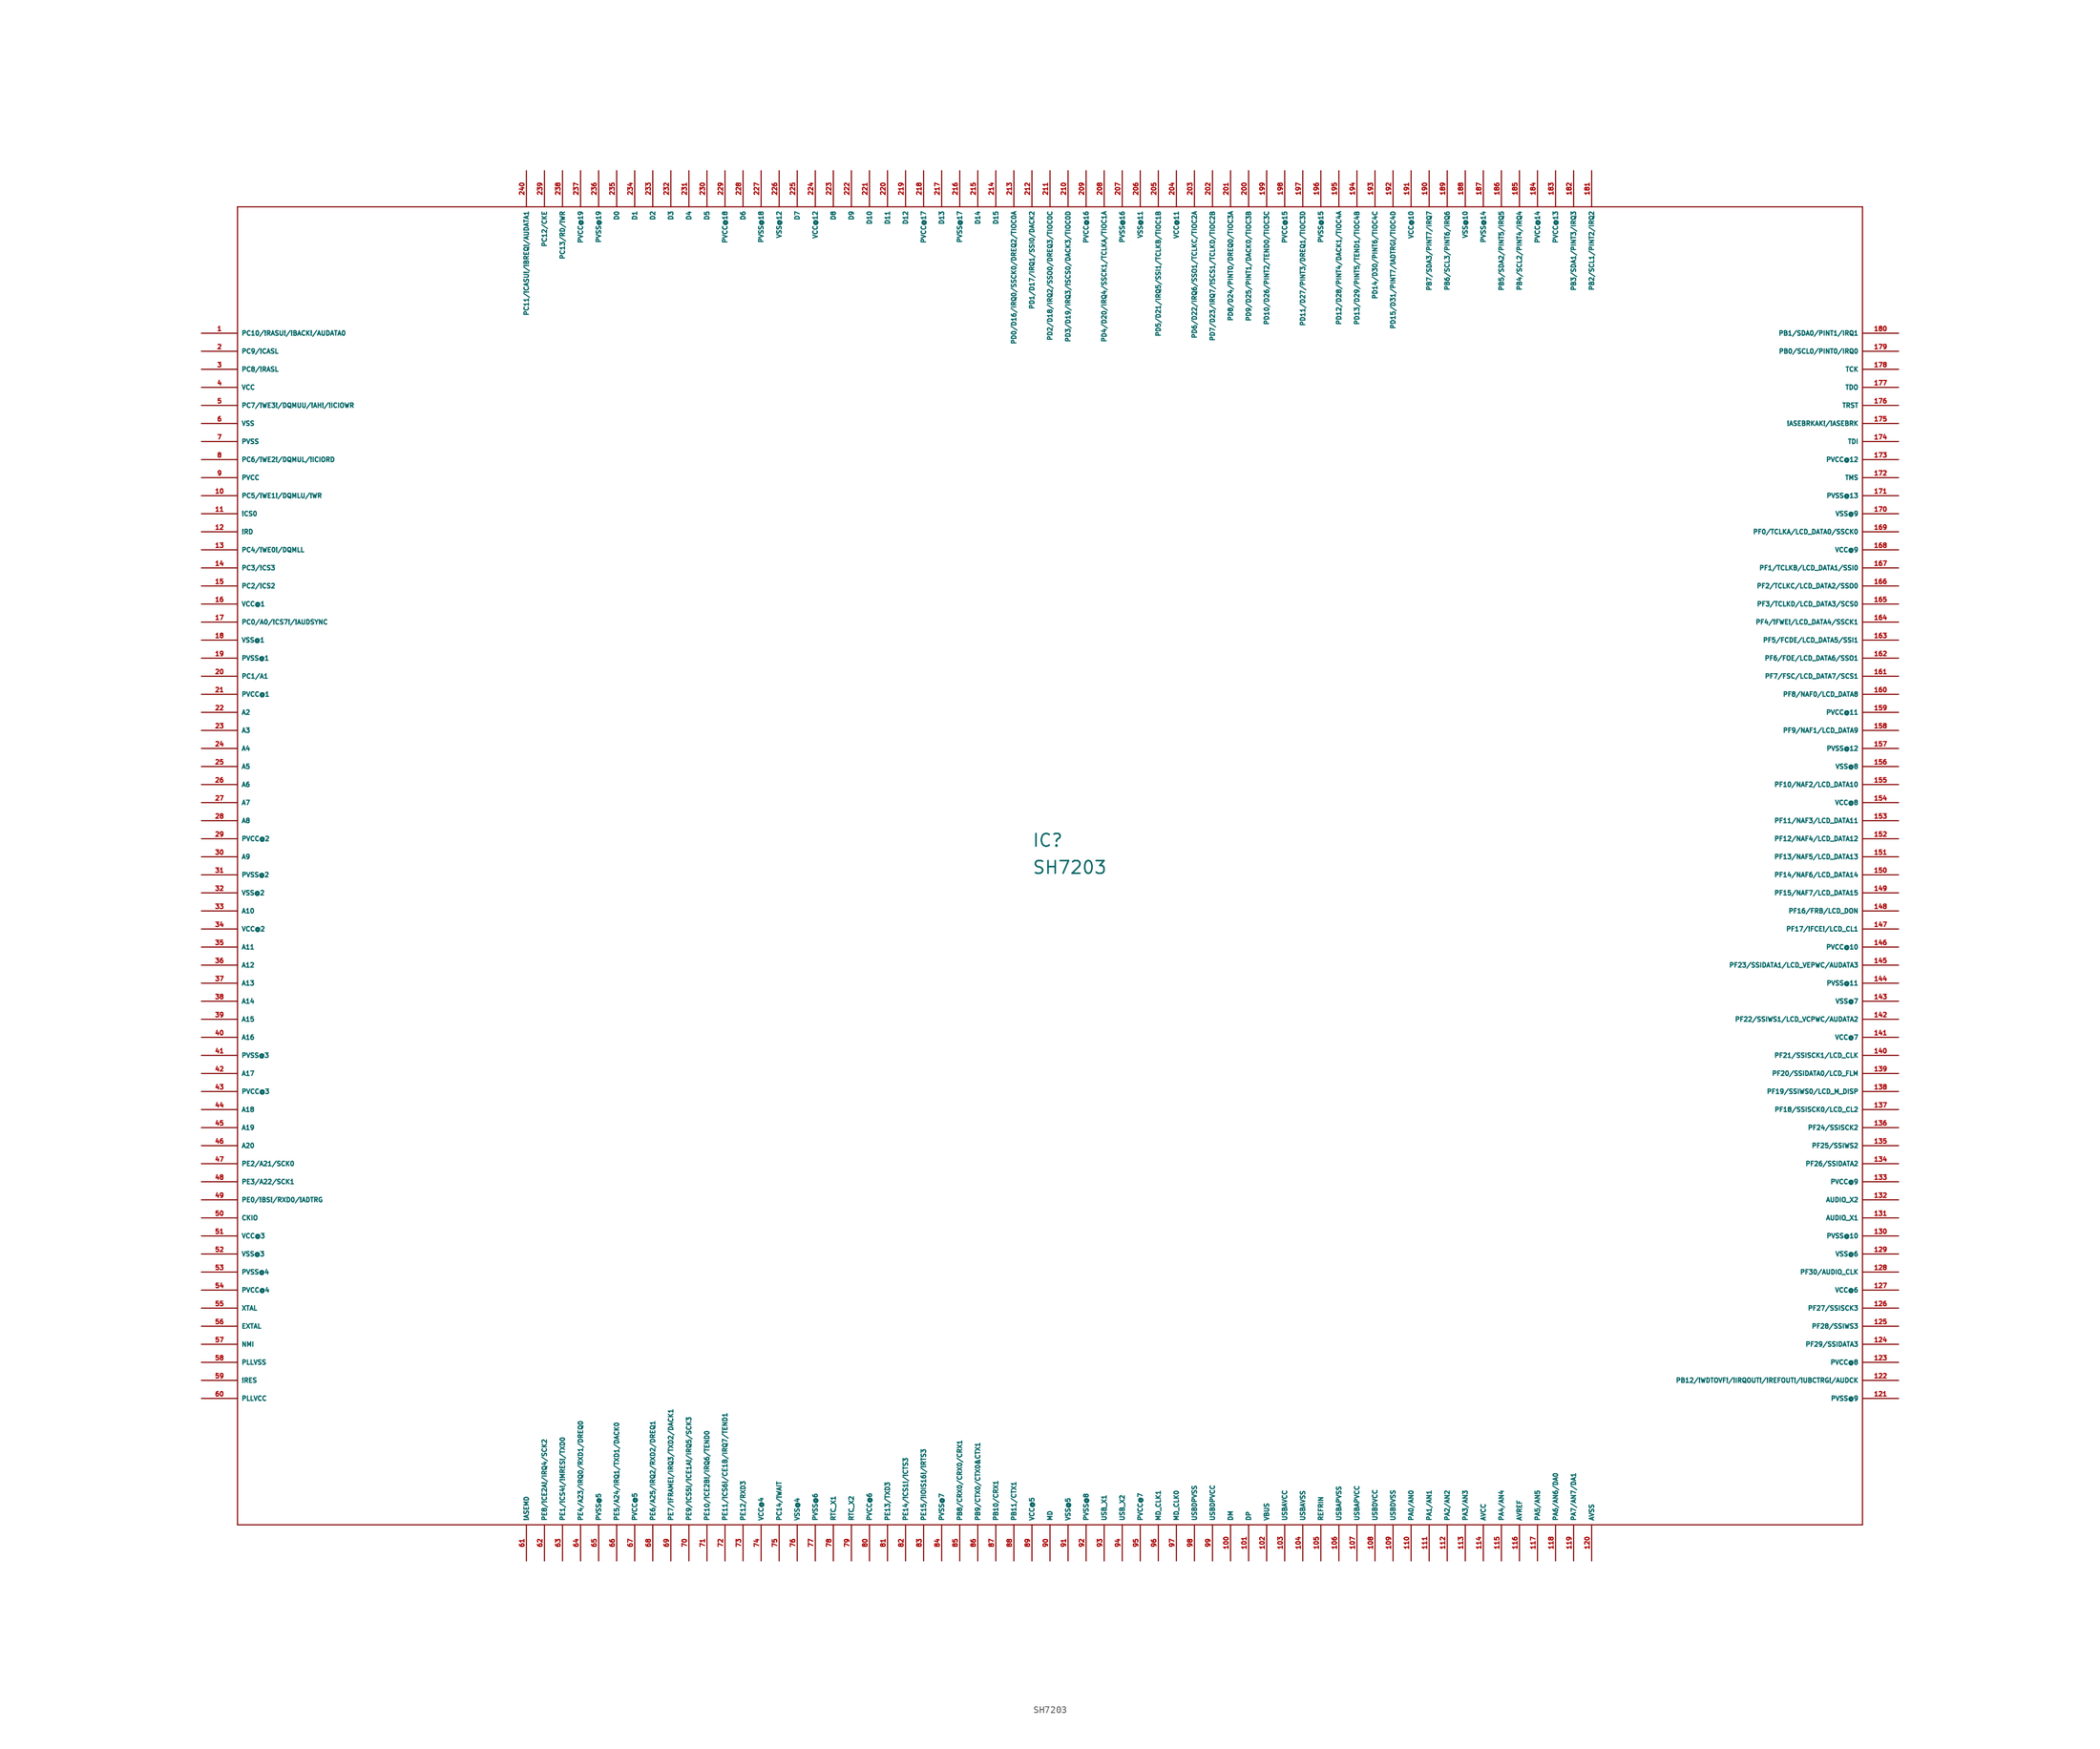
<source format=kicad_sym>
(kicad_symbol_lib
  (version 20220914)
  (generator Eagle2Kicad)
  (symbol "SH7203"
    (property "Reference" "IC"
      (at -5.08 1.27 0)
      (effects (font (size 1.778 1.778) (thickness 0.22)) (justify left bottom)))
    (property "Value" "SH7203"
      (at -5.08 -2.54 0)
      (effects (font (size 1.778 1.778) (thickness 0.22)) (justify left bottom)))
    (polyline
      (pts (xy -116.84 -93.98) (xy 111.76 -93.98))
      (stroke (width 0) (type default))
      (fill (type none)))
    (polyline
      (pts (xy 111.76 -93.98) (xy 111.76 91.44))
      (stroke (width 0) (type default))
      (fill (type none)))
    (polyline
      (pts (xy 111.76 91.44) (xy -116.84 91.44))
      (stroke (width 0) (type default))
      (fill (type none)))
    (polyline
      (pts (xy -116.84 91.44) (xy -116.84 -93.98))
      (stroke (width 0) (type default))
      (fill (type none)))
    (pin bidirectional line
      (at -121.92 73.66 0)
      (length 5.08)
      (name "PC10/!RASU!/!BACK!/AUDATA0" (effects (font (size 0.635 0.635) (thickness 0.08)) (justify left bottom)))
      (number "1" (effects (font (size 0.635 0.635) (thickness 0.08)) (justify left bottom))))
    (pin bidirectional line
      (at -121.92 71.12 0)
      (length 5.08)
      (name "PC9/!CASL" (effects (font (size 0.635 0.635) (thickness 0.08)) (justify left bottom)))
      (number "2" (effects (font (size 0.635 0.635) (thickness 0.08)) (justify left bottom))))
    (pin bidirectional line
      (at -121.92 68.58 0)
      (length 5.08)
      (name "PC8/!RASL" (effects (font (size 0.635 0.635) (thickness 0.08)) (justify left bottom)))
      (number "3" (effects (font (size 0.635 0.635) (thickness 0.08)) (justify left bottom))))
    (pin unspecified line
      (at -121.92 66.04 0)
      (length 5.08)
      (name "VCC" (effects (font (size 0.635 0.635) (thickness 0.08)) (justify left bottom)))
      (number "4" (effects (font (size 0.635 0.635) (thickness 0.08)) (justify left bottom))))
    (pin bidirectional line
      (at -121.92 63.5 0)
      (length 5.08)
      (name "PC7/!WE3!/DQMUU/!AH!/!ICIOWR" (effects (font (size 0.635 0.635) (thickness 0.08)) (justify left bottom)))
      (number "5" (effects (font (size 0.635 0.635) (thickness 0.08)) (justify left bottom))))
    (pin unspecified line
      (at -121.92 60.96 0)
      (length 5.08)
      (name "VSS" (effects (font (size 0.635 0.635) (thickness 0.08)) (justify left bottom)))
      (number "6" (effects (font (size 0.635 0.635) (thickness 0.08)) (justify left bottom))))
    (pin unspecified line
      (at -121.92 58.42 0)
      (length 5.08)
      (name "PVSS" (effects (font (size 0.635 0.635) (thickness 0.08)) (justify left bottom)))
      (number "7" (effects (font (size 0.635 0.635) (thickness 0.08)) (justify left bottom))))
    (pin bidirectional line
      (at -121.92 55.88 0)
      (length 5.08)
      (name "PC6/!WE2!/DQMUL/!ICIORD" (effects (font (size 0.635 0.635) (thickness 0.08)) (justify left bottom)))
      (number "8" (effects (font (size 0.635 0.635) (thickness 0.08)) (justify left bottom))))
    (pin unspecified line
      (at -121.92 53.34 0)
      (length 5.08)
      (name "PVCC" (effects (font (size 0.635 0.635) (thickness 0.08)) (justify left bottom)))
      (number "9" (effects (font (size 0.635 0.635) (thickness 0.08)) (justify left bottom))))
    (pin bidirectional line
      (at -121.92 50.8 0)
      (length 5.08)
      (name "PC5/!WE1!/DQMLU/!WR" (effects (font (size 0.635 0.635) (thickness 0.08)) (justify left bottom)))
      (number "10" (effects (font (size 0.635 0.635) (thickness 0.08)) (justify left bottom))))
    (pin output line
      (at -121.92 48.26 0)
      (length 5.08)
      (name "!CS0" (effects (font (size 0.635 0.635) (thickness 0.08)) (justify left bottom)))
      (number "11" (effects (font (size 0.635 0.635) (thickness 0.08)) (justify left bottom))))
    (pin output line
      (at -121.92 45.72 0)
      (length 5.08)
      (name "!RD" (effects (font (size 0.635 0.635) (thickness 0.08)) (justify left bottom)))
      (number "12" (effects (font (size 0.635 0.635) (thickness 0.08)) (justify left bottom))))
    (pin bidirectional line
      (at -121.92 43.18 0)
      (length 5.08)
      (name "PC4/!WE0!/DQMLL" (effects (font (size 0.635 0.635) (thickness 0.08)) (justify left bottom)))
      (number "13" (effects (font (size 0.635 0.635) (thickness 0.08)) (justify left bottom))))
    (pin bidirectional line
      (at -121.92 40.64 0)
      (length 5.08)
      (name "PC3/!CS3" (effects (font (size 0.635 0.635) (thickness 0.08)) (justify left bottom)))
      (number "14" (effects (font (size 0.635 0.635) (thickness 0.08)) (justify left bottom))))
    (pin bidirectional line
      (at -121.92 38.1 0)
      (length 5.08)
      (name "PC2/!CS2" (effects (font (size 0.635 0.635) (thickness 0.08)) (justify left bottom)))
      (number "15" (effects (font (size 0.635 0.635) (thickness 0.08)) (justify left bottom))))
    (pin unspecified line
      (at -121.92 35.56 0)
      (length 5.08)
      (name "VCC@1" (effects (font (size 0.635 0.635) (thickness 0.08)) (justify left bottom)))
      (number "16" (effects (font (size 0.635 0.635) (thickness 0.08)) (justify left bottom))))
    (pin bidirectional line
      (at -121.92 33.02 0)
      (length 5.08)
      (name "PC0/A0/!CS7!/!AUDSYNC" (effects (font (size 0.635 0.635) (thickness 0.08)) (justify left bottom)))
      (number "17" (effects (font (size 0.635 0.635) (thickness 0.08)) (justify left bottom))))
    (pin unspecified line
      (at -121.92 30.48 0)
      (length 5.08)
      (name "VSS@1" (effects (font (size 0.635 0.635) (thickness 0.08)) (justify left bottom)))
      (number "18" (effects (font (size 0.635 0.635) (thickness 0.08)) (justify left bottom))))
    (pin unspecified line
      (at -121.92 27.94 0)
      (length 5.08)
      (name "PVSS@1" (effects (font (size 0.635 0.635) (thickness 0.08)) (justify left bottom)))
      (number "19" (effects (font (size 0.635 0.635) (thickness 0.08)) (justify left bottom))))
    (pin bidirectional line
      (at -121.92 25.4 0)
      (length 5.08)
      (name "PC1/A1" (effects (font (size 0.635 0.635) (thickness 0.08)) (justify left bottom)))
      (number "20" (effects (font (size 0.635 0.635) (thickness 0.08)) (justify left bottom))))
    (pin unspecified line
      (at -121.92 22.86 0)
      (length 5.08)
      (name "PVCC@1" (effects (font (size 0.635 0.635) (thickness 0.08)) (justify left bottom)))
      (number "21" (effects (font (size 0.635 0.635) (thickness 0.08)) (justify left bottom))))
    (pin output line
      (at -121.92 20.32 0)
      (length 5.08)
      (name "A2" (effects (font (size 0.635 0.635) (thickness 0.08)) (justify left bottom)))
      (number "22" (effects (font (size 0.635 0.635) (thickness 0.08)) (justify left bottom))))
    (pin output line
      (at -121.92 17.78 0)
      (length 5.08)
      (name "A3" (effects (font (size 0.635 0.635) (thickness 0.08)) (justify left bottom)))
      (number "23" (effects (font (size 0.635 0.635) (thickness 0.08)) (justify left bottom))))
    (pin output line
      (at -121.92 15.24 0)
      (length 5.08)
      (name "A4" (effects (font (size 0.635 0.635) (thickness 0.08)) (justify left bottom)))
      (number "24" (effects (font (size 0.635 0.635) (thickness 0.08)) (justify left bottom))))
    (pin output line
      (at -121.92 12.7 0)
      (length 5.08)
      (name "A5" (effects (font (size 0.635 0.635) (thickness 0.08)) (justify left bottom)))
      (number "25" (effects (font (size 0.635 0.635) (thickness 0.08)) (justify left bottom))))
    (pin output line
      (at -121.92 10.16 0)
      (length 5.08)
      (name "A6" (effects (font (size 0.635 0.635) (thickness 0.08)) (justify left bottom)))
      (number "26" (effects (font (size 0.635 0.635) (thickness 0.08)) (justify left bottom))))
    (pin output line
      (at -121.92 7.62 0)
      (length 5.08)
      (name "A7" (effects (font (size 0.635 0.635) (thickness 0.08)) (justify left bottom)))
      (number "27" (effects (font (size 0.635 0.635) (thickness 0.08)) (justify left bottom))))
    (pin output line
      (at -121.92 5.08 0)
      (length 5.08)
      (name "A8" (effects (font (size 0.635 0.635) (thickness 0.08)) (justify left bottom)))
      (number "28" (effects (font (size 0.635 0.635) (thickness 0.08)) (justify left bottom))))
    (pin unspecified line
      (at -121.92 2.54 0)
      (length 5.08)
      (name "PVCC@2" (effects (font (size 0.635 0.635) (thickness 0.08)) (justify left bottom)))
      (number "29" (effects (font (size 0.635 0.635) (thickness 0.08)) (justify left bottom))))
    (pin output line
      (at -121.92 0 0)
      (length 5.08)
      (name "A9" (effects (font (size 0.635 0.635) (thickness 0.08)) (justify left bottom)))
      (number "30" (effects (font (size 0.635 0.635) (thickness 0.08)) (justify left bottom))))
    (pin unspecified line
      (at -121.92 -2.54 0)
      (length 5.08)
      (name "PVSS@2" (effects (font (size 0.635 0.635) (thickness 0.08)) (justify left bottom)))
      (number "31" (effects (font (size 0.635 0.635) (thickness 0.08)) (justify left bottom))))
    (pin unspecified line
      (at -121.92 -5.08 0)
      (length 5.08)
      (name "VSS@2" (effects (font (size 0.635 0.635) (thickness 0.08)) (justify left bottom)))
      (number "32" (effects (font (size 0.635 0.635) (thickness 0.08)) (justify left bottom))))
    (pin output line
      (at -121.92 -7.62 0)
      (length 5.08)
      (name "A10" (effects (font (size 0.635 0.635) (thickness 0.08)) (justify left bottom)))
      (number "33" (effects (font (size 0.635 0.635) (thickness 0.08)) (justify left bottom))))
    (pin unspecified line
      (at -121.92 -10.16 0)
      (length 5.08)
      (name "VCC@2" (effects (font (size 0.635 0.635) (thickness 0.08)) (justify left bottom)))
      (number "34" (effects (font (size 0.635 0.635) (thickness 0.08)) (justify left bottom))))
    (pin output line
      (at -121.92 -12.7 0)
      (length 5.08)
      (name "A11" (effects (font (size 0.635 0.635) (thickness 0.08)) (justify left bottom)))
      (number "35" (effects (font (size 0.635 0.635) (thickness 0.08)) (justify left bottom))))
    (pin output line
      (at -121.92 -15.24 0)
      (length 5.08)
      (name "A12" (effects (font (size 0.635 0.635) (thickness 0.08)) (justify left bottom)))
      (number "36" (effects (font (size 0.635 0.635) (thickness 0.08)) (justify left bottom))))
    (pin output line
      (at -121.92 -17.78 0)
      (length 5.08)
      (name "A13" (effects (font (size 0.635 0.635) (thickness 0.08)) (justify left bottom)))
      (number "37" (effects (font (size 0.635 0.635) (thickness 0.08)) (justify left bottom))))
    (pin output line
      (at -121.92 -20.32 0)
      (length 5.08)
      (name "A14" (effects (font (size 0.635 0.635) (thickness 0.08)) (justify left bottom)))
      (number "38" (effects (font (size 0.635 0.635) (thickness 0.08)) (justify left bottom))))
    (pin output line
      (at -121.92 -22.86 0)
      (length 5.08)
      (name "A15" (effects (font (size 0.635 0.635) (thickness 0.08)) (justify left bottom)))
      (number "39" (effects (font (size 0.635 0.635) (thickness 0.08)) (justify left bottom))))
    (pin output line
      (at -121.92 -25.4 0)
      (length 5.08)
      (name "A16" (effects (font (size 0.635 0.635) (thickness 0.08)) (justify left bottom)))
      (number "40" (effects (font (size 0.635 0.635) (thickness 0.08)) (justify left bottom))))
    (pin unspecified line
      (at -121.92 -27.94 0)
      (length 5.08)
      (name "PVSS@3" (effects (font (size 0.635 0.635) (thickness 0.08)) (justify left bottom)))
      (number "41" (effects (font (size 0.635 0.635) (thickness 0.08)) (justify left bottom))))
    (pin output line
      (at -121.92 -30.48 0)
      (length 5.08)
      (name "A17" (effects (font (size 0.635 0.635) (thickness 0.08)) (justify left bottom)))
      (number "42" (effects (font (size 0.635 0.635) (thickness 0.08)) (justify left bottom))))
    (pin unspecified line
      (at -121.92 -33.02 0)
      (length 5.08)
      (name "PVCC@3" (effects (font (size 0.635 0.635) (thickness 0.08)) (justify left bottom)))
      (number "43" (effects (font (size 0.635 0.635) (thickness 0.08)) (justify left bottom))))
    (pin output line
      (at -121.92 -35.56 0)
      (length 5.08)
      (name "A18" (effects (font (size 0.635 0.635) (thickness 0.08)) (justify left bottom)))
      (number "44" (effects (font (size 0.635 0.635) (thickness 0.08)) (justify left bottom))))
    (pin output line
      (at -121.92 -38.1 0)
      (length 5.08)
      (name "A19" (effects (font (size 0.635 0.635) (thickness 0.08)) (justify left bottom)))
      (number "45" (effects (font (size 0.635 0.635) (thickness 0.08)) (justify left bottom))))
    (pin output line
      (at -121.92 -40.64 0)
      (length 5.08)
      (name "A20" (effects (font (size 0.635 0.635) (thickness 0.08)) (justify left bottom)))
      (number "46" (effects (font (size 0.635 0.635) (thickness 0.08)) (justify left bottom))))
    (pin bidirectional line
      (at -121.92 -43.18 0)
      (length 5.08)
      (name "PE2/A21/SCK0" (effects (font (size 0.635 0.635) (thickness 0.08)) (justify left bottom)))
      (number "47" (effects (font (size 0.635 0.635) (thickness 0.08)) (justify left bottom))))
    (pin bidirectional line
      (at -121.92 -45.72 0)
      (length 5.08)
      (name "PE3/A22/SCK1" (effects (font (size 0.635 0.635) (thickness 0.08)) (justify left bottom)))
      (number "48" (effects (font (size 0.635 0.635) (thickness 0.08)) (justify left bottom))))
    (pin bidirectional line
      (at -121.92 -48.26 0)
      (length 5.08)
      (name "PE0/!BS!/RXD0/!ADTRG" (effects (font (size 0.635 0.635) (thickness 0.08)) (justify left bottom)))
      (number "49" (effects (font (size 0.635 0.635) (thickness 0.08)) (justify left bottom))))
    (pin bidirectional line
      (at -121.92 -50.8 0)
      (length 5.08)
      (name "CKIO" (effects (font (size 0.635 0.635) (thickness 0.08)) (justify left bottom)))
      (number "50" (effects (font (size 0.635 0.635) (thickness 0.08)) (justify left bottom))))
    (pin unspecified line
      (at -121.92 -53.34 0)
      (length 5.08)
      (name "VCC@3" (effects (font (size 0.635 0.635) (thickness 0.08)) (justify left bottom)))
      (number "51" (effects (font (size 0.635 0.635) (thickness 0.08)) (justify left bottom))))
    (pin unspecified line
      (at -121.92 -55.88 0)
      (length 5.08)
      (name "VSS@3" (effects (font (size 0.635 0.635) (thickness 0.08)) (justify left bottom)))
      (number "52" (effects (font (size 0.635 0.635) (thickness 0.08)) (justify left bottom))))
    (pin unspecified line
      (at -121.92 -58.42 0)
      (length 5.08)
      (name "PVSS@4" (effects (font (size 0.635 0.635) (thickness 0.08)) (justify left bottom)))
      (number "53" (effects (font (size 0.635 0.635) (thickness 0.08)) (justify left bottom))))
    (pin unspecified line
      (at -121.92 -60.96 0)
      (length 5.08)
      (name "PVCC@4" (effects (font (size 0.635 0.635) (thickness 0.08)) (justify left bottom)))
      (number "54" (effects (font (size 0.635 0.635) (thickness 0.08)) (justify left bottom))))
    (pin output line
      (at -121.92 -63.5 0)
      (length 5.08)
      (name "XTAL" (effects (font (size 0.635 0.635) (thickness 0.08)) (justify left bottom)))
      (number "55" (effects (font (size 0.635 0.635) (thickness 0.08)) (justify left bottom))))
    (pin input line
      (at -121.92 -66.04 0)
      (length 5.08)
      (name "EXTAL" (effects (font (size 0.635 0.635) (thickness 0.08)) (justify left bottom)))
      (number "56" (effects (font (size 0.635 0.635) (thickness 0.08)) (justify left bottom))))
    (pin input line
      (at -121.92 -68.58 0)
      (length 5.08)
      (name "NMI" (effects (font (size 0.635 0.635) (thickness 0.08)) (justify left bottom)))
      (number "57" (effects (font (size 0.635 0.635) (thickness 0.08)) (justify left bottom))))
    (pin unspecified line
      (at -121.92 -71.12 0)
      (length 5.08)
      (name "PLLVSS" (effects (font (size 0.635 0.635) (thickness 0.08)) (justify left bottom)))
      (number "58" (effects (font (size 0.635 0.635) (thickness 0.08)) (justify left bottom))))
    (pin input line
      (at -121.92 -73.66 0)
      (length 5.08)
      (name "!RES" (effects (font (size 0.635 0.635) (thickness 0.08)) (justify left bottom)))
      (number "59" (effects (font (size 0.635 0.635) (thickness 0.08)) (justify left bottom))))
    (pin unspecified line
      (at -121.92 -76.2 0)
      (length 5.08)
      (name "PLLVCC" (effects (font (size 0.635 0.635) (thickness 0.08)) (justify left bottom)))
      (number "60" (effects (font (size 0.635 0.635) (thickness 0.08)) (justify left bottom))))
    (pin input line
      (at -76.2 -99.06 90)
      (length 5.08)
      (name "!ASEMD" (effects (font (size 0.635 0.635) (thickness 0.08)) (justify left bottom)))
      (number "61" (effects (font (size 0.635 0.635) (thickness 0.08)) (justify left bottom))))
    (pin bidirectional line
      (at -73.66 -99.06 90)
      (length 5.08)
      (name "PE8/!CE2A!/IRQ4/SCK2" (effects (font (size 0.635 0.635) (thickness 0.08)) (justify left bottom)))
      (number "62" (effects (font (size 0.635 0.635) (thickness 0.08)) (justify left bottom))))
    (pin bidirectional line
      (at -71.12 -99.06 90)
      (length 5.08)
      (name "PE1/!CS4!/!MRES!/TXD0" (effects (font (size 0.635 0.635) (thickness 0.08)) (justify left bottom)))
      (number "63" (effects (font (size 0.635 0.635) (thickness 0.08)) (justify left bottom))))
    (pin bidirectional line
      (at -68.58 -99.06 90)
      (length 5.08)
      (name "PE4/A23/IRQ0/RXD1/DREQ0" (effects (font (size 0.635 0.635) (thickness 0.08)) (justify left bottom)))
      (number "64" (effects (font (size 0.635 0.635) (thickness 0.08)) (justify left bottom))))
    (pin unspecified line
      (at -66.04 -99.06 90)
      (length 5.08)
      (name "PVSS@5" (effects (font (size 0.635 0.635) (thickness 0.08)) (justify left bottom)))
      (number "65" (effects (font (size 0.635 0.635) (thickness 0.08)) (justify left bottom))))
    (pin bidirectional line
      (at -63.5 -99.06 90)
      (length 5.08)
      (name "PE5/A24/IRQ1/TXD1/DACK0" (effects (font (size 0.635 0.635) (thickness 0.08)) (justify left bottom)))
      (number "66" (effects (font (size 0.635 0.635) (thickness 0.08)) (justify left bottom))))
    (pin unspecified line
      (at -60.96 -99.06 90)
      (length 5.08)
      (name "PVCC@5" (effects (font (size 0.635 0.635) (thickness 0.08)) (justify left bottom)))
      (number "67" (effects (font (size 0.635 0.635) (thickness 0.08)) (justify left bottom))))
    (pin bidirectional line
      (at -58.42 -99.06 90)
      (length 5.08)
      (name "PE6/A25/IRQ2/RXD2/DREQ1" (effects (font (size 0.635 0.635) (thickness 0.08)) (justify left bottom)))
      (number "68" (effects (font (size 0.635 0.635) (thickness 0.08)) (justify left bottom))))
    (pin bidirectional line
      (at -55.88 -99.06 90)
      (length 5.08)
      (name "PE7/!FRAME!/IRQ3/TXD2/DACK1" (effects (font (size 0.635 0.635) (thickness 0.08)) (justify left bottom)))
      (number "69" (effects (font (size 0.635 0.635) (thickness 0.08)) (justify left bottom))))
    (pin bidirectional line
      (at -53.34 -99.06 90)
      (length 5.08)
      (name "PE9/!CS5!/!CE1A!/IRQ5/SCK3" (effects (font (size 0.635 0.635) (thickness 0.08)) (justify left bottom)))
      (number "70" (effects (font (size 0.635 0.635) (thickness 0.08)) (justify left bottom))))
    (pin bidirectional line
      (at -50.8 -99.06 90)
      (length 5.08)
      (name "PE10/!CE2B!/IRQ6/TEND0" (effects (font (size 0.635 0.635) (thickness 0.08)) (justify left bottom)))
      (number "71" (effects (font (size 0.635 0.635) (thickness 0.08)) (justify left bottom))))
    (pin bidirectional line
      (at -48.26 -99.06 90)
      (length 5.08)
      (name "PE11/!CS6!/CE1B/IRQ7/TEND1" (effects (font (size 0.635 0.635) (thickness 0.08)) (justify left bottom)))
      (number "72" (effects (font (size 0.635 0.635) (thickness 0.08)) (justify left bottom))))
    (pin bidirectional line
      (at -45.72 -99.06 90)
      (length 5.08)
      (name "PE12/RXD3" (effects (font (size 0.635 0.635) (thickness 0.08)) (justify left bottom)))
      (number "73" (effects (font (size 0.635 0.635) (thickness 0.08)) (justify left bottom))))
    (pin unspecified line
      (at -43.18 -99.06 90)
      (length 5.08)
      (name "VCC@4" (effects (font (size 0.635 0.635) (thickness 0.08)) (justify left bottom)))
      (number "74" (effects (font (size 0.635 0.635) (thickness 0.08)) (justify left bottom))))
    (pin bidirectional line
      (at -40.64 -99.06 90)
      (length 5.08)
      (name "PC14/!WAIT" (effects (font (size 0.635 0.635) (thickness 0.08)) (justify left bottom)))
      (number "75" (effects (font (size 0.635 0.635) (thickness 0.08)) (justify left bottom))))
    (pin unspecified line
      (at -38.1 -99.06 90)
      (length 5.08)
      (name "VSS@4" (effects (font (size 0.635 0.635) (thickness 0.08)) (justify left bottom)))
      (number "76" (effects (font (size 0.635 0.635) (thickness 0.08)) (justify left bottom))))
    (pin unspecified line
      (at -35.56 -99.06 90)
      (length 5.08)
      (name "PVSS@6" (effects (font (size 0.635 0.635) (thickness 0.08)) (justify left bottom)))
      (number "77" (effects (font (size 0.635 0.635) (thickness 0.08)) (justify left bottom))))
    (pin input line
      (at -33.02 -99.06 90)
      (length 5.08)
      (name "RTC_X1" (effects (font (size 0.635 0.635) (thickness 0.08)) (justify left bottom)))
      (number "78" (effects (font (size 0.635 0.635) (thickness 0.08)) (justify left bottom))))
    (pin output line
      (at -30.48 -99.06 90)
      (length 5.08)
      (name "RTC_X2" (effects (font (size 0.635 0.635) (thickness 0.08)) (justify left bottom)))
      (number "79" (effects (font (size 0.635 0.635) (thickness 0.08)) (justify left bottom))))
    (pin unspecified line
      (at -27.94 -99.06 90)
      (length 5.08)
      (name "PVCC@6" (effects (font (size 0.635 0.635) (thickness 0.08)) (justify left bottom)))
      (number "80" (effects (font (size 0.635 0.635) (thickness 0.08)) (justify left bottom))))
    (pin bidirectional line
      (at -25.4 -99.06 90)
      (length 5.08)
      (name "PE13/TXD3" (effects (font (size 0.635 0.635) (thickness 0.08)) (justify left bottom)))
      (number "81" (effects (font (size 0.635 0.635) (thickness 0.08)) (justify left bottom))))
    (pin bidirectional line
      (at -22.86 -99.06 90)
      (length 5.08)
      (name "PE14/!CS1!/!CTS3" (effects (font (size 0.635 0.635) (thickness 0.08)) (justify left bottom)))
      (number "82" (effects (font (size 0.635 0.635) (thickness 0.08)) (justify left bottom))))
    (pin bidirectional line
      (at -20.32 -99.06 90)
      (length 5.08)
      (name "PE15/!IOIS16!/!RTS3" (effects (font (size 0.635 0.635) (thickness 0.08)) (justify left bottom)))
      (number "83" (effects (font (size 0.635 0.635) (thickness 0.08)) (justify left bottom))))
    (pin unspecified line
      (at -17.78 -99.06 90)
      (length 5.08)
      (name "PVSS@7" (effects (font (size 0.635 0.635) (thickness 0.08)) (justify left bottom)))
      (number "84" (effects (font (size 0.635 0.635) (thickness 0.08)) (justify left bottom))))
    (pin bidirectional line
      (at -15.24 -99.06 90)
      (length 5.08)
      (name "PB8/CRX0/CRX0/CRX1" (effects (font (size 0.635 0.635) (thickness 0.08)) (justify left bottom)))
      (number "85" (effects (font (size 0.635 0.635) (thickness 0.08)) (justify left bottom))))
    (pin bidirectional line
      (at -12.7 -99.06 90)
      (length 5.08)
      (name "PB9/CTX0/CTX0&CTX1" (effects (font (size 0.635 0.635) (thickness 0.08)) (justify left bottom)))
      (number "86" (effects (font (size 0.635 0.635) (thickness 0.08)) (justify left bottom))))
    (pin bidirectional line
      (at -10.16 -99.06 90)
      (length 5.08)
      (name "PB10/CRX1" (effects (font (size 0.635 0.635) (thickness 0.08)) (justify left bottom)))
      (number "87" (effects (font (size 0.635 0.635) (thickness 0.08)) (justify left bottom))))
    (pin bidirectional line
      (at -7.62 -99.06 90)
      (length 5.08)
      (name "PB11/CTX1" (effects (font (size 0.635 0.635) (thickness 0.08)) (justify left bottom)))
      (number "88" (effects (font (size 0.635 0.635) (thickness 0.08)) (justify left bottom))))
    (pin unspecified line
      (at -5.08 -99.06 90)
      (length 5.08)
      (name "VCC@5" (effects (font (size 0.635 0.635) (thickness 0.08)) (justify left bottom)))
      (number "89" (effects (font (size 0.635 0.635) (thickness 0.08)) (justify left bottom))))
    (pin input line
      (at -2.54 -99.06 90)
      (length 5.08)
      (name "MD" (effects (font (size 0.635 0.635) (thickness 0.08)) (justify left bottom)))
      (number "90" (effects (font (size 0.635 0.635) (thickness 0.08)) (justify left bottom))))
    (pin unspecified line
      (at 0 -99.06 90)
      (length 5.08)
      (name "VSS@5" (effects (font (size 0.635 0.635) (thickness 0.08)) (justify left bottom)))
      (number "91" (effects (font (size 0.635 0.635) (thickness 0.08)) (justify left bottom))))
    (pin unspecified line
      (at 2.54 -99.06 90)
      (length 5.08)
      (name "PVSS@8" (effects (font (size 0.635 0.635) (thickness 0.08)) (justify left bottom)))
      (number "92" (effects (font (size 0.635 0.635) (thickness 0.08)) (justify left bottom))))
    (pin input line
      (at 5.08 -99.06 90)
      (length 5.08)
      (name "USB_X1" (effects (font (size 0.635 0.635) (thickness 0.08)) (justify left bottom)))
      (number "93" (effects (font (size 0.635 0.635) (thickness 0.08)) (justify left bottom))))
    (pin output line
      (at 7.62 -99.06 90)
      (length 5.08)
      (name "USB_X2" (effects (font (size 0.635 0.635) (thickness 0.08)) (justify left bottom)))
      (number "94" (effects (font (size 0.635 0.635) (thickness 0.08)) (justify left bottom))))
    (pin unspecified line
      (at 10.16 -99.06 90)
      (length 5.08)
      (name "PVCC@7" (effects (font (size 0.635 0.635) (thickness 0.08)) (justify left bottom)))
      (number "95" (effects (font (size 0.635 0.635) (thickness 0.08)) (justify left bottom))))
    (pin input line
      (at 12.7 -99.06 90)
      (length 5.08)
      (name "MD_CLK1" (effects (font (size 0.635 0.635) (thickness 0.08)) (justify left bottom)))
      (number "96" (effects (font (size 0.635 0.635) (thickness 0.08)) (justify left bottom))))
    (pin input line
      (at 15.24 -99.06 90)
      (length 5.08)
      (name "MD_CLK0" (effects (font (size 0.635 0.635) (thickness 0.08)) (justify left bottom)))
      (number "97" (effects (font (size 0.635 0.635) (thickness 0.08)) (justify left bottom))))
    (pin unspecified line
      (at 17.78 -99.06 90)
      (length 5.08)
      (name "USBDPVSS" (effects (font (size 0.635 0.635) (thickness 0.08)) (justify left bottom)))
      (number "98" (effects (font (size 0.635 0.635) (thickness 0.08)) (justify left bottom))))
    (pin unspecified line
      (at 20.32 -99.06 90)
      (length 5.08)
      (name "USBDPVCC" (effects (font (size 0.635 0.635) (thickness 0.08)) (justify left bottom)))
      (number "99" (effects (font (size 0.635 0.635) (thickness 0.08)) (justify left bottom))))
    (pin bidirectional line
      (at 22.86 -99.06 90)
      (length 5.08)
      (name "DM" (effects (font (size 0.635 0.635) (thickness 0.08)) (justify left bottom)))
      (number "100" (effects (font (size 0.635 0.635) (thickness 0.08)) (justify left bottom))))
    (pin bidirectional line
      (at 25.4 -99.06 90)
      (length 5.08)
      (name "DP" (effects (font (size 0.635 0.635) (thickness 0.08)) (justify left bottom)))
      (number "101" (effects (font (size 0.635 0.635) (thickness 0.08)) (justify left bottom))))
    (pin input line
      (at 27.94 -99.06 90)
      (length 5.08)
      (name "VBUS" (effects (font (size 0.635 0.635) (thickness 0.08)) (justify left bottom)))
      (number "102" (effects (font (size 0.635 0.635) (thickness 0.08)) (justify left bottom))))
    (pin unspecified line
      (at 30.48 -99.06 90)
      (length 5.08)
      (name "USBAVCC" (effects (font (size 0.635 0.635) (thickness 0.08)) (justify left bottom)))
      (number "103" (effects (font (size 0.635 0.635) (thickness 0.08)) (justify left bottom))))
    (pin unspecified line
      (at 33.02 -99.06 90)
      (length 5.08)
      (name "USBAVSS" (effects (font (size 0.635 0.635) (thickness 0.08)) (justify left bottom)))
      (number "104" (effects (font (size 0.635 0.635) (thickness 0.08)) (justify left bottom))))
    (pin input line
      (at 35.56 -99.06 90)
      (length 5.08)
      (name "REFRIN" (effects (font (size 0.635 0.635) (thickness 0.08)) (justify left bottom)))
      (number "105" (effects (font (size 0.635 0.635) (thickness 0.08)) (justify left bottom))))
    (pin unspecified line
      (at 38.1 -99.06 90)
      (length 5.08)
      (name "USBAPVSS" (effects (font (size 0.635 0.635) (thickness 0.08)) (justify left bottom)))
      (number "106" (effects (font (size 0.635 0.635) (thickness 0.08)) (justify left bottom))))
    (pin unspecified line
      (at 40.64 -99.06 90)
      (length 5.08)
      (name "USBAPVCC" (effects (font (size 0.635 0.635) (thickness 0.08)) (justify left bottom)))
      (number "107" (effects (font (size 0.635 0.635) (thickness 0.08)) (justify left bottom))))
    (pin unspecified line
      (at 43.18 -99.06 90)
      (length 5.08)
      (name "USBDVCC" (effects (font (size 0.635 0.635) (thickness 0.08)) (justify left bottom)))
      (number "108" (effects (font (size 0.635 0.635) (thickness 0.08)) (justify left bottom))))
    (pin unspecified line
      (at 45.72 -99.06 90)
      (length 5.08)
      (name "USBDVSS" (effects (font (size 0.635 0.635) (thickness 0.08)) (justify left bottom)))
      (number "109" (effects (font (size 0.635 0.635) (thickness 0.08)) (justify left bottom))))
    (pin input line
      (at 48.26 -99.06 90)
      (length 5.08)
      (name "PA0/AN0" (effects (font (size 0.635 0.635) (thickness 0.08)) (justify left bottom)))
      (number "110" (effects (font (size 0.635 0.635) (thickness 0.08)) (justify left bottom))))
    (pin input line
      (at 50.8 -99.06 90)
      (length 5.08)
      (name "PA1/AN1" (effects (font (size 0.635 0.635) (thickness 0.08)) (justify left bottom)))
      (number "111" (effects (font (size 0.635 0.635) (thickness 0.08)) (justify left bottom))))
    (pin input line
      (at 53.34 -99.06 90)
      (length 5.08)
      (name "PA2/AN2" (effects (font (size 0.635 0.635) (thickness 0.08)) (justify left bottom)))
      (number "112" (effects (font (size 0.635 0.635) (thickness 0.08)) (justify left bottom))))
    (pin input line
      (at 55.88 -99.06 90)
      (length 5.08)
      (name "PA3/AN3" (effects (font (size 0.635 0.635) (thickness 0.08)) (justify left bottom)))
      (number "113" (effects (font (size 0.635 0.635) (thickness 0.08)) (justify left bottom))))
    (pin unspecified line
      (at 58.42 -99.06 90)
      (length 5.08)
      (name "AVCC" (effects (font (size 0.635 0.635) (thickness 0.08)) (justify left bottom)))
      (number "114" (effects (font (size 0.635 0.635) (thickness 0.08)) (justify left bottom))))
    (pin input line
      (at 60.96 -99.06 90)
      (length 5.08)
      (name "PA4/AN4" (effects (font (size 0.635 0.635) (thickness 0.08)) (justify left bottom)))
      (number "115" (effects (font (size 0.635 0.635) (thickness 0.08)) (justify left bottom))))
    (pin input line
      (at 63.5 -99.06 90)
      (length 5.08)
      (name "AVREF" (effects (font (size 0.635 0.635) (thickness 0.08)) (justify left bottom)))
      (number "116" (effects (font (size 0.635 0.635) (thickness 0.08)) (justify left bottom))))
    (pin input line
      (at 66.04 -99.06 90)
      (length 5.08)
      (name "PA5/AN5" (effects (font (size 0.635 0.635) (thickness 0.08)) (justify left bottom)))
      (number "117" (effects (font (size 0.635 0.635) (thickness 0.08)) (justify left bottom))))
    (pin bidirectional line
      (at 68.58 -99.06 90)
      (length 5.08)
      (name "PA6/AN6/DA0" (effects (font (size 0.635 0.635) (thickness 0.08)) (justify left bottom)))
      (number "118" (effects (font (size 0.635 0.635) (thickness 0.08)) (justify left bottom))))
    (pin bidirectional line
      (at 71.12 -99.06 90)
      (length 5.08)
      (name "PA7/AN7/DA1" (effects (font (size 0.635 0.635) (thickness 0.08)) (justify left bottom)))
      (number "119" (effects (font (size 0.635 0.635) (thickness 0.08)) (justify left bottom))))
    (pin unspecified line
      (at 73.66 -99.06 90)
      (length 5.08)
      (name "AVSS" (effects (font (size 0.635 0.635) (thickness 0.08)) (justify left bottom)))
      (number "120" (effects (font (size 0.635 0.635) (thickness 0.08)) (justify left bottom))))
    (pin unspecified line
      (at 116.84 -76.2 180)
      (length 5.08)
      (name "PVSS@9" (effects (font (size 0.635 0.635) (thickness 0.08)) (justify left bottom)))
      (number "121" (effects (font (size 0.635 0.635) (thickness 0.08)) (justify left bottom))))
    (pin output line
      (at 116.84 -73.66 180)
      (length 5.08)
      (name "PB12/!WDTOVF!/!IRQOUT!/!REFOUT!/!UBCTRG!/AUDCK" (effects (font (size 0.635 0.635) (thickness 0.08)) (justify left bottom)))
      (number "122" (effects (font (size 0.635 0.635) (thickness 0.08)) (justify left bottom))))
    (pin unspecified line
      (at 116.84 -71.12 180)
      (length 5.08)
      (name "PVCC@8" (effects (font (size 0.635 0.635) (thickness 0.08)) (justify left bottom)))
      (number "123" (effects (font (size 0.635 0.635) (thickness 0.08)) (justify left bottom))))
    (pin bidirectional line
      (at 116.84 -68.58 180)
      (length 5.08)
      (name "PF29/SSIDATA3" (effects (font (size 0.635 0.635) (thickness 0.08)) (justify left bottom)))
      (number "124" (effects (font (size 0.635 0.635) (thickness 0.08)) (justify left bottom))))
    (pin bidirectional line
      (at 116.84 -66.04 180)
      (length 5.08)
      (name "PF28/SSIWS3" (effects (font (size 0.635 0.635) (thickness 0.08)) (justify left bottom)))
      (number "125" (effects (font (size 0.635 0.635) (thickness 0.08)) (justify left bottom))))
    (pin bidirectional line
      (at 116.84 -63.5 180)
      (length 5.08)
      (name "PF27/SSISCK3" (effects (font (size 0.635 0.635) (thickness 0.08)) (justify left bottom)))
      (number "126" (effects (font (size 0.635 0.635) (thickness 0.08)) (justify left bottom))))
    (pin unspecified line
      (at 116.84 -60.96 180)
      (length 5.08)
      (name "VCC@6" (effects (font (size 0.635 0.635) (thickness 0.08)) (justify left bottom)))
      (number "127" (effects (font (size 0.635 0.635) (thickness 0.08)) (justify left bottom))))
    (pin bidirectional line
      (at 116.84 -58.42 180)
      (length 5.08)
      (name "PF30/AUDIO_CLK" (effects (font (size 0.635 0.635) (thickness 0.08)) (justify left bottom)))
      (number "128" (effects (font (size 0.635 0.635) (thickness 0.08)) (justify left bottom))))
    (pin unspecified line
      (at 116.84 -55.88 180)
      (length 5.08)
      (name "VSS@6" (effects (font (size 0.635 0.635) (thickness 0.08)) (justify left bottom)))
      (number "129" (effects (font (size 0.635 0.635) (thickness 0.08)) (justify left bottom))))
    (pin unspecified line
      (at 116.84 -53.34 180)
      (length 5.08)
      (name "PVSS@10" (effects (font (size 0.635 0.635) (thickness 0.08)) (justify left bottom)))
      (number "130" (effects (font (size 0.635 0.635) (thickness 0.08)) (justify left bottom))))
    (pin input line
      (at 116.84 -50.8 180)
      (length 5.08)
      (name "AUDIO_X1" (effects (font (size 0.635 0.635) (thickness 0.08)) (justify left bottom)))
      (number "131" (effects (font (size 0.635 0.635) (thickness 0.08)) (justify left bottom))))
    (pin output line
      (at 116.84 -48.26 180)
      (length 5.08)
      (name "AUDIO_X2" (effects (font (size 0.635 0.635) (thickness 0.08)) (justify left bottom)))
      (number "132" (effects (font (size 0.635 0.635) (thickness 0.08)) (justify left bottom))))
    (pin unspecified line
      (at 116.84 -45.72 180)
      (length 5.08)
      (name "PVCC@9" (effects (font (size 0.635 0.635) (thickness 0.08)) (justify left bottom)))
      (number "133" (effects (font (size 0.635 0.635) (thickness 0.08)) (justify left bottom))))
    (pin bidirectional line
      (at 116.84 -43.18 180)
      (length 5.08)
      (name "PF26/SSIDATA2" (effects (font (size 0.635 0.635) (thickness 0.08)) (justify left bottom)))
      (number "134" (effects (font (size 0.635 0.635) (thickness 0.08)) (justify left bottom))))
    (pin bidirectional line
      (at 116.84 -40.64 180)
      (length 5.08)
      (name "PF25/SSIWS2" (effects (font (size 0.635 0.635) (thickness 0.08)) (justify left bottom)))
      (number "135" (effects (font (size 0.635 0.635) (thickness 0.08)) (justify left bottom))))
    (pin bidirectional line
      (at 116.84 -38.1 180)
      (length 5.08)
      (name "PF24/SSISCK2" (effects (font (size 0.635 0.635) (thickness 0.08)) (justify left bottom)))
      (number "136" (effects (font (size 0.635 0.635) (thickness 0.08)) (justify left bottom))))
    (pin bidirectional line
      (at 116.84 -35.56 180)
      (length 5.08)
      (name "PF18/SSISCK0/LCD_CL2" (effects (font (size 0.635 0.635) (thickness 0.08)) (justify left bottom)))
      (number "137" (effects (font (size 0.635 0.635) (thickness 0.08)) (justify left bottom))))
    (pin bidirectional line
      (at 116.84 -33.02 180)
      (length 5.08)
      (name "PF19/SSIWS0/LCD_M_DISP" (effects (font (size 0.635 0.635) (thickness 0.08)) (justify left bottom)))
      (number "138" (effects (font (size 0.635 0.635) (thickness 0.08)) (justify left bottom))))
    (pin bidirectional line
      (at 116.84 -30.48 180)
      (length 5.08)
      (name "PF20/SSIDATA0/LCD_FLM" (effects (font (size 0.635 0.635) (thickness 0.08)) (justify left bottom)))
      (number "139" (effects (font (size 0.635 0.635) (thickness 0.08)) (justify left bottom))))
    (pin bidirectional line
      (at 116.84 -27.94 180)
      (length 5.08)
      (name "PF21/SSISCK1/LCD_CLK" (effects (font (size 0.635 0.635) (thickness 0.08)) (justify left bottom)))
      (number "140" (effects (font (size 0.635 0.635) (thickness 0.08)) (justify left bottom))))
    (pin unspecified line
      (at 116.84 -25.4 180)
      (length 5.08)
      (name "VCC@7" (effects (font (size 0.635 0.635) (thickness 0.08)) (justify left bottom)))
      (number "141" (effects (font (size 0.635 0.635) (thickness 0.08)) (justify left bottom))))
    (pin bidirectional line
      (at 116.84 -22.86 180)
      (length 5.08)
      (name "PF22/SSIWS1/LCD_VCPWC/AUDATA2" (effects (font (size 0.635 0.635) (thickness 0.08)) (justify left bottom)))
      (number "142" (effects (font (size 0.635 0.635) (thickness 0.08)) (justify left bottom))))
    (pin unspecified line
      (at 116.84 -20.32 180)
      (length 5.08)
      (name "VSS@7" (effects (font (size 0.635 0.635) (thickness 0.08)) (justify left bottom)))
      (number "143" (effects (font (size 0.635 0.635) (thickness 0.08)) (justify left bottom))))
    (pin unspecified line
      (at 116.84 -17.78 180)
      (length 5.08)
      (name "PVSS@11" (effects (font (size 0.635 0.635) (thickness 0.08)) (justify left bottom)))
      (number "144" (effects (font (size 0.635 0.635) (thickness 0.08)) (justify left bottom))))
    (pin bidirectional line
      (at 116.84 -15.24 180)
      (length 5.08)
      (name "PF23/SSIDATA1/LCD_VEPWC/AUDATA3" (effects (font (size 0.635 0.635) (thickness 0.08)) (justify left bottom)))
      (number "145" (effects (font (size 0.635 0.635) (thickness 0.08)) (justify left bottom))))
    (pin unspecified line
      (at 116.84 -12.7 180)
      (length 5.08)
      (name "PVCC@10" (effects (font (size 0.635 0.635) (thickness 0.08)) (justify left bottom)))
      (number "146" (effects (font (size 0.635 0.635) (thickness 0.08)) (justify left bottom))))
    (pin bidirectional line
      (at 116.84 -10.16 180)
      (length 5.08)
      (name "PF17/!FCE!/LCD_CL1" (effects (font (size 0.635 0.635) (thickness 0.08)) (justify left bottom)))
      (number "147" (effects (font (size 0.635 0.635) (thickness 0.08)) (justify left bottom))))
    (pin bidirectional line
      (at 116.84 -7.62 180)
      (length 5.08)
      (name "PF16/FRB/LCD_DON" (effects (font (size 0.635 0.635) (thickness 0.08)) (justify left bottom)))
      (number "148" (effects (font (size 0.635 0.635) (thickness 0.08)) (justify left bottom))))
    (pin bidirectional line
      (at 116.84 -5.08 180)
      (length 5.08)
      (name "PF15/NAF7/LCD_DATA15" (effects (font (size 0.635 0.635) (thickness 0.08)) (justify left bottom)))
      (number "149" (effects (font (size 0.635 0.635) (thickness 0.08)) (justify left bottom))))
    (pin bidirectional line
      (at 116.84 -2.54 180)
      (length 5.08)
      (name "PF14/NAF6/LCD_DATA14" (effects (font (size 0.635 0.635) (thickness 0.08)) (justify left bottom)))
      (number "150" (effects (font (size 0.635 0.635) (thickness 0.08)) (justify left bottom))))
    (pin bidirectional line
      (at 116.84 0 180)
      (length 5.08)
      (name "PF13/NAF5/LCD_DATA13" (effects (font (size 0.635 0.635) (thickness 0.08)) (justify left bottom)))
      (number "151" (effects (font (size 0.635 0.635) (thickness 0.08)) (justify left bottom))))
    (pin bidirectional line
      (at 116.84 2.54 180)
      (length 5.08)
      (name "PF12/NAF4/LCD_DATA12" (effects (font (size 0.635 0.635) (thickness 0.08)) (justify left bottom)))
      (number "152" (effects (font (size 0.635 0.635) (thickness 0.08)) (justify left bottom))))
    (pin bidirectional line
      (at 116.84 5.08 180)
      (length 5.08)
      (name "PF11/NAF3/LCD_DATA11" (effects (font (size 0.635 0.635) (thickness 0.08)) (justify left bottom)))
      (number "153" (effects (font (size 0.635 0.635) (thickness 0.08)) (justify left bottom))))
    (pin unspecified line
      (at 116.84 7.62 180)
      (length 5.08)
      (name "VCC@8" (effects (font (size 0.635 0.635) (thickness 0.08)) (justify left bottom)))
      (number "154" (effects (font (size 0.635 0.635) (thickness 0.08)) (justify left bottom))))
    (pin bidirectional line
      (at 116.84 10.16 180)
      (length 5.08)
      (name "PF10/NAF2/LCD_DATA10" (effects (font (size 0.635 0.635) (thickness 0.08)) (justify left bottom)))
      (number "155" (effects (font (size 0.635 0.635) (thickness 0.08)) (justify left bottom))))
    (pin unspecified line
      (at 116.84 12.7 180)
      (length 5.08)
      (name "VSS@8" (effects (font (size 0.635 0.635) (thickness 0.08)) (justify left bottom)))
      (number "156" (effects (font (size 0.635 0.635) (thickness 0.08)) (justify left bottom))))
    (pin unspecified line
      (at 116.84 15.24 180)
      (length 5.08)
      (name "PVSS@12" (effects (font (size 0.635 0.635) (thickness 0.08)) (justify left bottom)))
      (number "157" (effects (font (size 0.635 0.635) (thickness 0.08)) (justify left bottom))))
    (pin bidirectional line
      (at 116.84 17.78 180)
      (length 5.08)
      (name "PF9/NAF1/LCD_DATA9" (effects (font (size 0.635 0.635) (thickness 0.08)) (justify left bottom)))
      (number "158" (effects (font (size 0.635 0.635) (thickness 0.08)) (justify left bottom))))
    (pin unspecified line
      (at 116.84 20.32 180)
      (length 5.08)
      (name "PVCC@11" (effects (font (size 0.635 0.635) (thickness 0.08)) (justify left bottom)))
      (number "159" (effects (font (size 0.635 0.635) (thickness 0.08)) (justify left bottom))))
    (pin bidirectional line
      (at 116.84 22.86 180)
      (length 5.08)
      (name "PF8/NAF0/LCD_DATA8" (effects (font (size 0.635 0.635) (thickness 0.08)) (justify left bottom)))
      (number "160" (effects (font (size 0.635 0.635) (thickness 0.08)) (justify left bottom))))
    (pin bidirectional line
      (at 116.84 25.4 180)
      (length 5.08)
      (name "PF7/FSC/LCD_DATA7/SCS1" (effects (font (size 0.635 0.635) (thickness 0.08)) (justify left bottom)))
      (number "161" (effects (font (size 0.635 0.635) (thickness 0.08)) (justify left bottom))))
    (pin bidirectional line
      (at 116.84 27.94 180)
      (length 5.08)
      (name "PF6/FOE/LCD_DATA6/SSO1" (effects (font (size 0.635 0.635) (thickness 0.08)) (justify left bottom)))
      (number "162" (effects (font (size 0.635 0.635) (thickness 0.08)) (justify left bottom))))
    (pin bidirectional line
      (at 116.84 30.48 180)
      (length 5.08)
      (name "PF5/FCDE/LCD_DATA5/SSI1" (effects (font (size 0.635 0.635) (thickness 0.08)) (justify left bottom)))
      (number "163" (effects (font (size 0.635 0.635) (thickness 0.08)) (justify left bottom))))
    (pin bidirectional line
      (at 116.84 33.02 180)
      (length 5.08)
      (name "PF4/!FWE!/LCD_DATA4/SSCK1" (effects (font (size 0.635 0.635) (thickness 0.08)) (justify left bottom)))
      (number "164" (effects (font (size 0.635 0.635) (thickness 0.08)) (justify left bottom))))
    (pin bidirectional line
      (at 116.84 35.56 180)
      (length 5.08)
      (name "PF3/TCLKD/LCD_DATA3/SCS0" (effects (font (size 0.635 0.635) (thickness 0.08)) (justify left bottom)))
      (number "165" (effects (font (size 0.635 0.635) (thickness 0.08)) (justify left bottom))))
    (pin bidirectional line
      (at 116.84 38.1 180)
      (length 5.08)
      (name "PF2/TCLKC/LCD_DATA2/SSO0" (effects (font (size 0.635 0.635) (thickness 0.08)) (justify left bottom)))
      (number "166" (effects (font (size 0.635 0.635) (thickness 0.08)) (justify left bottom))))
    (pin bidirectional line
      (at 116.84 40.64 180)
      (length 5.08)
      (name "PF1/TCLKB/LCD_DATA1/SSI0" (effects (font (size 0.635 0.635) (thickness 0.08)) (justify left bottom)))
      (number "167" (effects (font (size 0.635 0.635) (thickness 0.08)) (justify left bottom))))
    (pin unspecified line
      (at 116.84 43.18 180)
      (length 5.08)
      (name "VCC@9" (effects (font (size 0.635 0.635) (thickness 0.08)) (justify left bottom)))
      (number "168" (effects (font (size 0.635 0.635) (thickness 0.08)) (justify left bottom))))
    (pin bidirectional line
      (at 116.84 45.72 180)
      (length 5.08)
      (name "PF0/TCLKA/LCD_DATA0/SSCK0" (effects (font (size 0.635 0.635) (thickness 0.08)) (justify left bottom)))
      (number "169" (effects (font (size 0.635 0.635) (thickness 0.08)) (justify left bottom))))
    (pin unspecified line
      (at 116.84 48.26 180)
      (length 5.08)
      (name "VSS@9" (effects (font (size 0.635 0.635) (thickness 0.08)) (justify left bottom)))
      (number "170" (effects (font (size 0.635 0.635) (thickness 0.08)) (justify left bottom))))
    (pin unspecified line
      (at 116.84 50.8 180)
      (length 5.08)
      (name "PVSS@13" (effects (font (size 0.635 0.635) (thickness 0.08)) (justify left bottom)))
      (number "171" (effects (font (size 0.635 0.635) (thickness 0.08)) (justify left bottom))))
    (pin input line
      (at 116.84 53.34 180)
      (length 5.08)
      (name "TMS" (effects (font (size 0.635 0.635) (thickness 0.08)) (justify left bottom)))
      (number "172" (effects (font (size 0.635 0.635) (thickness 0.08)) (justify left bottom))))
    (pin unspecified line
      (at 116.84 55.88 180)
      (length 5.08)
      (name "PVCC@12" (effects (font (size 0.635 0.635) (thickness 0.08)) (justify left bottom)))
      (number "173" (effects (font (size 0.635 0.635) (thickness 0.08)) (justify left bottom))))
    (pin input line
      (at 116.84 58.42 180)
      (length 5.08)
      (name "TDI" (effects (font (size 0.635 0.635) (thickness 0.08)) (justify left bottom)))
      (number "174" (effects (font (size 0.635 0.635) (thickness 0.08)) (justify left bottom))))
    (pin bidirectional line
      (at 116.84 60.96 180)
      (length 5.08)
      (name "!ASEBRKAK!/!ASEBRK" (effects (font (size 0.635 0.635) (thickness 0.08)) (justify left bottom)))
      (number "175" (effects (font (size 0.635 0.635) (thickness 0.08)) (justify left bottom))))
    (pin input line
      (at 116.84 63.5 180)
      (length 5.08)
      (name "TRST" (effects (font (size 0.635 0.635) (thickness 0.08)) (justify left bottom)))
      (number "176" (effects (font (size 0.635 0.635) (thickness 0.08)) (justify left bottom))))
    (pin output line
      (at 116.84 66.04 180)
      (length 5.08)
      (name "TDO" (effects (font (size 0.635 0.635) (thickness 0.08)) (justify left bottom)))
      (number "177" (effects (font (size 0.635 0.635) (thickness 0.08)) (justify left bottom))))
    (pin input line
      (at 116.84 68.58 180)
      (length 5.08)
      (name "TCK" (effects (font (size 0.635 0.635) (thickness 0.08)) (justify left bottom)))
      (number "178" (effects (font (size 0.635 0.635) (thickness 0.08)) (justify left bottom))))
    (pin bidirectional line
      (at 116.84 71.12 180)
      (length 5.08)
      (name "PB0/SCL0/PINT0/IRQ0" (effects (font (size 0.635 0.635) (thickness 0.08)) (justify left bottom)))
      (number "179" (effects (font (size 0.635 0.635) (thickness 0.08)) (justify left bottom))))
    (pin bidirectional line
      (at 116.84 73.66 180)
      (length 5.08)
      (name "PB1/SDA0/PINT1/IRQ1" (effects (font (size 0.635 0.635) (thickness 0.08)) (justify left bottom)))
      (number "180" (effects (font (size 0.635 0.635) (thickness 0.08)) (justify left bottom))))
    (pin bidirectional line
      (at 73.66 96.52 270)
      (length 5.08)
      (name "PB2/SCL1/PINT2/IRQ2" (effects (font (size 0.635 0.635) (thickness 0.08)) (justify left bottom)))
      (number "181" (effects (font (size 0.635 0.635) (thickness 0.08)) (justify left bottom))))
    (pin bidirectional line
      (at 71.12 96.52 270)
      (length 5.08)
      (name "PB3/SDA1/PINT3/IRQ3" (effects (font (size 0.635 0.635) (thickness 0.08)) (justify left bottom)))
      (number "182" (effects (font (size 0.635 0.635) (thickness 0.08)) (justify left bottom))))
    (pin unspecified line
      (at 68.58 96.52 270)
      (length 5.08)
      (name "PVCC@13" (effects (font (size 0.635 0.635) (thickness 0.08)) (justify left bottom)))
      (number "183" (effects (font (size 0.635 0.635) (thickness 0.08)) (justify left bottom))))
    (pin unspecified line
      (at 66.04 96.52 270)
      (length 5.08)
      (name "PVCC@14" (effects (font (size 0.635 0.635) (thickness 0.08)) (justify left bottom)))
      (number "184" (effects (font (size 0.635 0.635) (thickness 0.08)) (justify left bottom))))
    (pin bidirectional line
      (at 63.5 96.52 270)
      (length 5.08)
      (name "PB4/SCL2/PINT4/IRQ4" (effects (font (size 0.635 0.635) (thickness 0.08)) (justify left bottom)))
      (number "185" (effects (font (size 0.635 0.635) (thickness 0.08)) (justify left bottom))))
    (pin bidirectional line
      (at 60.96 96.52 270)
      (length 5.08)
      (name "PB5/SDA2/PINT5/IRQ5" (effects (font (size 0.635 0.635) (thickness 0.08)) (justify left bottom)))
      (number "186" (effects (font (size 0.635 0.635) (thickness 0.08)) (justify left bottom))))
    (pin unspecified line
      (at 58.42 96.52 270)
      (length 5.08)
      (name "PVSS@14" (effects (font (size 0.635 0.635) (thickness 0.08)) (justify left bottom)))
      (number "187" (effects (font (size 0.635 0.635) (thickness 0.08)) (justify left bottom))))
    (pin unspecified line
      (at 55.88 96.52 270)
      (length 5.08)
      (name "VSS@10" (effects (font (size 0.635 0.635) (thickness 0.08)) (justify left bottom)))
      (number "188" (effects (font (size 0.635 0.635) (thickness 0.08)) (justify left bottom))))
    (pin bidirectional line
      (at 53.34 96.52 270)
      (length 5.08)
      (name "PB6/SCL3/PINT6/IRQ6" (effects (font (size 0.635 0.635) (thickness 0.08)) (justify left bottom)))
      (number "189" (effects (font (size 0.635 0.635) (thickness 0.08)) (justify left bottom))))
    (pin bidirectional line
      (at 50.8 96.52 270)
      (length 5.08)
      (name "PB7/SDA3/PINT7/IRQ7" (effects (font (size 0.635 0.635) (thickness 0.08)) (justify left bottom)))
      (number "190" (effects (font (size 0.635 0.635) (thickness 0.08)) (justify left bottom))))
    (pin unspecified line
      (at 48.26 96.52 270)
      (length 5.08)
      (name "VCC@10" (effects (font (size 0.635 0.635) (thickness 0.08)) (justify left bottom)))
      (number "191" (effects (font (size 0.635 0.635) (thickness 0.08)) (justify left bottom))))
    (pin bidirectional line
      (at 45.72 96.52 270)
      (length 5.08)
      (name "PD15/D31/PINT7/!ADTRG!/TIOC4D" (effects (font (size 0.635 0.635) (thickness 0.08)) (justify left bottom)))
      (number "192" (effects (font (size 0.635 0.635) (thickness 0.08)) (justify left bottom))))
    (pin bidirectional line
      (at 43.18 96.52 270)
      (length 5.08)
      (name "PD14/D30/PINT6/TIOC4C" (effects (font (size 0.635 0.635) (thickness 0.08)) (justify left bottom)))
      (number "193" (effects (font (size 0.635 0.635) (thickness 0.08)) (justify left bottom))))
    (pin bidirectional line
      (at 40.64 96.52 270)
      (length 5.08)
      (name "PD13/D29/PINT5/TEND1/TIOC4B" (effects (font (size 0.635 0.635) (thickness 0.08)) (justify left bottom)))
      (number "194" (effects (font (size 0.635 0.635) (thickness 0.08)) (justify left bottom))))
    (pin bidirectional line
      (at 38.1 96.52 270)
      (length 5.08)
      (name "PD12/D28/PINT4/DACK1/TIOC4A" (effects (font (size 0.635 0.635) (thickness 0.08)) (justify left bottom)))
      (number "195" (effects (font (size 0.635 0.635) (thickness 0.08)) (justify left bottom))))
    (pin unspecified line
      (at 35.56 96.52 270)
      (length 5.08)
      (name "PVSS@15" (effects (font (size 0.635 0.635) (thickness 0.08)) (justify left bottom)))
      (number "196" (effects (font (size 0.635 0.635) (thickness 0.08)) (justify left bottom))))
    (pin bidirectional line
      (at 33.02 96.52 270)
      (length 5.08)
      (name "PD11/D27/PINT3/DREQ1/TIOC3D" (effects (font (size 0.635 0.635) (thickness 0.08)) (justify left bottom)))
      (number "197" (effects (font (size 0.635 0.635) (thickness 0.08)) (justify left bottom))))
    (pin unspecified line
      (at 30.48 96.52 270)
      (length 5.08)
      (name "PVCC@15" (effects (font (size 0.635 0.635) (thickness 0.08)) (justify left bottom)))
      (number "198" (effects (font (size 0.635 0.635) (thickness 0.08)) (justify left bottom))))
    (pin bidirectional line
      (at 27.94 96.52 270)
      (length 5.08)
      (name "PD10/D26/PINT2/TEND0/TIOC3C" (effects (font (size 0.635 0.635) (thickness 0.08)) (justify left bottom)))
      (number "199" (effects (font (size 0.635 0.635) (thickness 0.08)) (justify left bottom))))
    (pin bidirectional line
      (at 25.4 96.52 270)
      (length 5.08)
      (name "PD9/D25/PINT1/DACK0/TIOC3B" (effects (font (size 0.635 0.635) (thickness 0.08)) (justify left bottom)))
      (number "200" (effects (font (size 0.635 0.635) (thickness 0.08)) (justify left bottom))))
    (pin bidirectional line
      (at 22.86 96.52 270)
      (length 5.08)
      (name "PD8/D24/PINT0/DREQ0/TIOC3A" (effects (font (size 0.635 0.635) (thickness 0.08)) (justify left bottom)))
      (number "201" (effects (font (size 0.635 0.635) (thickness 0.08)) (justify left bottom))))
    (pin bidirectional line
      (at 20.32 96.52 270)
      (length 5.08)
      (name "PD7/D23/IRQ7/!SCS1/TCLKD/TIOC2B" (effects (font (size 0.635 0.635) (thickness 0.08)) (justify left bottom)))
      (number "202" (effects (font (size 0.635 0.635) (thickness 0.08)) (justify left bottom))))
    (pin bidirectional line
      (at 17.78 96.52 270)
      (length 5.08)
      (name "PD6/D22/IRQ6/SSO1/TCLKC/TIOC2A" (effects (font (size 0.635 0.635) (thickness 0.08)) (justify left bottom)))
      (number "203" (effects (font (size 0.635 0.635) (thickness 0.08)) (justify left bottom))))
    (pin unspecified line
      (at 15.24 96.52 270)
      (length 5.08)
      (name "VCC@11" (effects (font (size 0.635 0.635) (thickness 0.08)) (justify left bottom)))
      (number "204" (effects (font (size 0.635 0.635) (thickness 0.08)) (justify left bottom))))
    (pin bidirectional line
      (at 12.7 96.52 270)
      (length 5.08)
      (name "PD5/D21/IRQ5/SSI1/TCLKB/TIOC1B" (effects (font (size 0.635 0.635) (thickness 0.08)) (justify left bottom)))
      (number "205" (effects (font (size 0.635 0.635) (thickness 0.08)) (justify left bottom))))
    (pin unspecified line
      (at 10.16 96.52 270)
      (length 5.08)
      (name "VSS@11" (effects (font (size 0.635 0.635) (thickness 0.08)) (justify left bottom)))
      (number "206" (effects (font (size 0.635 0.635) (thickness 0.08)) (justify left bottom))))
    (pin unspecified line
      (at 7.62 96.52 270)
      (length 5.08)
      (name "PVSS@16" (effects (font (size 0.635 0.635) (thickness 0.08)) (justify left bottom)))
      (number "207" (effects (font (size 0.635 0.635) (thickness 0.08)) (justify left bottom))))
    (pin bidirectional line
      (at 5.08 96.52 270)
      (length 5.08)
      (name "PD4/D20/IRQ4/SSCK1/TCLKA/TIOC1A" (effects (font (size 0.635 0.635) (thickness 0.08)) (justify left bottom)))
      (number "208" (effects (font (size 0.635 0.635) (thickness 0.08)) (justify left bottom))))
    (pin unspecified line
      (at 2.54 96.52 270)
      (length 5.08)
      (name "PVCC@16" (effects (font (size 0.635 0.635) (thickness 0.08)) (justify left bottom)))
      (number "209" (effects (font (size 0.635 0.635) (thickness 0.08)) (justify left bottom))))
    (pin bidirectional line
      (at 0 96.52 270)
      (length 5.08)
      (name "PD3/D19/IRQ3/!SCS0/DACK3/TIOC0D" (effects (font (size 0.635 0.635) (thickness 0.08)) (justify left bottom)))
      (number "210" (effects (font (size 0.635 0.635) (thickness 0.08)) (justify left bottom))))
    (pin bidirectional line
      (at -2.54 96.52 270)
      (length 5.08)
      (name "PD2/D18/IRQ2/SSO0/DREQ3/TIOC0C" (effects (font (size 0.635 0.635) (thickness 0.08)) (justify left bottom)))
      (number "211" (effects (font (size 0.635 0.635) (thickness 0.08)) (justify left bottom))))
    (pin output line
      (at -5.08 96.52 270)
      (length 5.08)
      (name "PD1/D17/IRQ1/SSI0/DACK2" (effects (font (size 0.635 0.635) (thickness 0.08)) (justify left bottom)))
      (number "212" (effects (font (size 0.635 0.635) (thickness 0.08)) (justify left bottom))))
    (pin bidirectional line
      (at -7.62 96.52 270)
      (length 5.08)
      (name "PD0/D16/IRQ0/SSCK0/DREQ2/TIOC0A" (effects (font (size 0.635 0.635) (thickness 0.08)) (justify left bottom)))
      (number "213" (effects (font (size 0.635 0.635) (thickness 0.08)) (justify left bottom))))
    (pin bidirectional line
      (at -10.16 96.52 270)
      (length 5.08)
      (name "D15" (effects (font (size 0.635 0.635) (thickness 0.08)) (justify left bottom)))
      (number "214" (effects (font (size 0.635 0.635) (thickness 0.08)) (justify left bottom))))
    (pin bidirectional line
      (at -12.7 96.52 270)
      (length 5.08)
      (name "D14" (effects (font (size 0.635 0.635) (thickness 0.08)) (justify left bottom)))
      (number "215" (effects (font (size 0.635 0.635) (thickness 0.08)) (justify left bottom))))
    (pin unspecified line
      (at -15.24 96.52 270)
      (length 5.08)
      (name "PVSS@17" (effects (font (size 0.635 0.635) (thickness 0.08)) (justify left bottom)))
      (number "216" (effects (font (size 0.635 0.635) (thickness 0.08)) (justify left bottom))))
    (pin bidirectional line
      (at -17.78 96.52 270)
      (length 5.08)
      (name "D13" (effects (font (size 0.635 0.635) (thickness 0.08)) (justify left bottom)))
      (number "217" (effects (font (size 0.635 0.635) (thickness 0.08)) (justify left bottom))))
    (pin unspecified line
      (at -20.32 96.52 270)
      (length 5.08)
      (name "PVCC@17" (effects (font (size 0.635 0.635) (thickness 0.08)) (justify left bottom)))
      (number "218" (effects (font (size 0.635 0.635) (thickness 0.08)) (justify left bottom))))
    (pin bidirectional line
      (at -22.86 96.52 270)
      (length 5.08)
      (name "D12" (effects (font (size 0.635 0.635) (thickness 0.08)) (justify left bottom)))
      (number "219" (effects (font (size 0.635 0.635) (thickness 0.08)) (justify left bottom))))
    (pin bidirectional line
      (at -25.4 96.52 270)
      (length 5.08)
      (name "D11" (effects (font (size 0.635 0.635) (thickness 0.08)) (justify left bottom)))
      (number "220" (effects (font (size 0.635 0.635) (thickness 0.08)) (justify left bottom))))
    (pin bidirectional line
      (at -27.94 96.52 270)
      (length 5.08)
      (name "D10" (effects (font (size 0.635 0.635) (thickness 0.08)) (justify left bottom)))
      (number "221" (effects (font (size 0.635 0.635) (thickness 0.08)) (justify left bottom))))
    (pin bidirectional line
      (at -30.48 96.52 270)
      (length 5.08)
      (name "D9" (effects (font (size 0.635 0.635) (thickness 0.08)) (justify left bottom)))
      (number "222" (effects (font (size 0.635 0.635) (thickness 0.08)) (justify left bottom))))
    (pin bidirectional line
      (at -33.02 96.52 270)
      (length 5.08)
      (name "D8" (effects (font (size 0.635 0.635) (thickness 0.08)) (justify left bottom)))
      (number "223" (effects (font (size 0.635 0.635) (thickness 0.08)) (justify left bottom))))
    (pin unspecified line
      (at -35.56 96.52 270)
      (length 5.08)
      (name "VCC@12" (effects (font (size 0.635 0.635) (thickness 0.08)) (justify left bottom)))
      (number "224" (effects (font (size 0.635 0.635) (thickness 0.08)) (justify left bottom))))
    (pin bidirectional line
      (at -38.1 96.52 270)
      (length 5.08)
      (name "D7" (effects (font (size 0.635 0.635) (thickness 0.08)) (justify left bottom)))
      (number "225" (effects (font (size 0.635 0.635) (thickness 0.08)) (justify left bottom))))
    (pin unspecified line
      (at -40.64 96.52 270)
      (length 5.08)
      (name "VSS@12" (effects (font (size 0.635 0.635) (thickness 0.08)) (justify left bottom)))
      (number "226" (effects (font (size 0.635 0.635) (thickness 0.08)) (justify left bottom))))
    (pin unspecified line
      (at -43.18 96.52 270)
      (length 5.08)
      (name "PVSS@18" (effects (font (size 0.635 0.635) (thickness 0.08)) (justify left bottom)))
      (number "227" (effects (font (size 0.635 0.635) (thickness 0.08)) (justify left bottom))))
    (pin bidirectional line
      (at -45.72 96.52 270)
      (length 5.08)
      (name "D6" (effects (font (size 0.635 0.635) (thickness 0.08)) (justify left bottom)))
      (number "228" (effects (font (size 0.635 0.635) (thickness 0.08)) (justify left bottom))))
    (pin unspecified line
      (at -48.26 96.52 270)
      (length 5.08)
      (name "PVCC@18" (effects (font (size 0.635 0.635) (thickness 0.08)) (justify left bottom)))
      (number "229" (effects (font (size 0.635 0.635) (thickness 0.08)) (justify left bottom))))
    (pin bidirectional line
      (at -50.8 96.52 270)
      (length 5.08)
      (name "D5" (effects (font (size 0.635 0.635) (thickness 0.08)) (justify left bottom)))
      (number "230" (effects (font (size 0.635 0.635) (thickness 0.08)) (justify left bottom))))
    (pin bidirectional line
      (at -53.34 96.52 270)
      (length 5.08)
      (name "D4" (effects (font (size 0.635 0.635) (thickness 0.08)) (justify left bottom)))
      (number "231" (effects (font (size 0.635 0.635) (thickness 0.08)) (justify left bottom))))
    (pin bidirectional line
      (at -55.88 96.52 270)
      (length 5.08)
      (name "D3" (effects (font (size 0.635 0.635) (thickness 0.08)) (justify left bottom)))
      (number "232" (effects (font (size 0.635 0.635) (thickness 0.08)) (justify left bottom))))
    (pin bidirectional line
      (at -58.42 96.52 270)
      (length 5.08)
      (name "D2" (effects (font (size 0.635 0.635) (thickness 0.08)) (justify left bottom)))
      (number "233" (effects (font (size 0.635 0.635) (thickness 0.08)) (justify left bottom))))
    (pin bidirectional line
      (at -60.96 96.52 270)
      (length 5.08)
      (name "D1" (effects (font (size 0.635 0.635) (thickness 0.08)) (justify left bottom)))
      (number "234" (effects (font (size 0.635 0.635) (thickness 0.08)) (justify left bottom))))
    (pin bidirectional line
      (at -63.5 96.52 270)
      (length 5.08)
      (name "D0" (effects (font (size 0.635 0.635) (thickness 0.08)) (justify left bottom)))
      (number "235" (effects (font (size 0.635 0.635) (thickness 0.08)) (justify left bottom))))
    (pin unspecified line
      (at -66.04 96.52 270)
      (length 5.08)
      (name "PVSS@19" (effects (font (size 0.635 0.635) (thickness 0.08)) (justify left bottom)))
      (number "236" (effects (font (size 0.635 0.635) (thickness 0.08)) (justify left bottom))))
    (pin unspecified line
      (at -68.58 96.52 270)
      (length 5.08)
      (name "PVCC@19" (effects (font (size 0.635 0.635) (thickness 0.08)) (justify left bottom)))
      (number "237" (effects (font (size 0.635 0.635) (thickness 0.08)) (justify left bottom))))
    (pin bidirectional line
      (at -71.12 96.52 270)
      (length 5.08)
      (name "PC13/RD/!WR" (effects (font (size 0.635 0.635) (thickness 0.08)) (justify left bottom)))
      (number "238" (effects (font (size 0.635 0.635) (thickness 0.08)) (justify left bottom))))
    (pin bidirectional line
      (at -73.66 96.52 270)
      (length 5.08)
      (name "PC12/CKE" (effects (font (size 0.635 0.635) (thickness 0.08)) (justify left bottom)))
      (number "239" (effects (font (size 0.635 0.635) (thickness 0.08)) (justify left bottom))))
    (pin bidirectional line
      (at -76.2 96.52 270)
      (length 5.08)
      (name "PC11/!CASU!/!BREQ!/AUDATA1" (effects (font (size 0.635 0.635) (thickness 0.08)) (justify left bottom)))
      (number "240" (effects (font (size 0.635 0.635) (thickness 0.08)) (justify left bottom))))))
</source>
